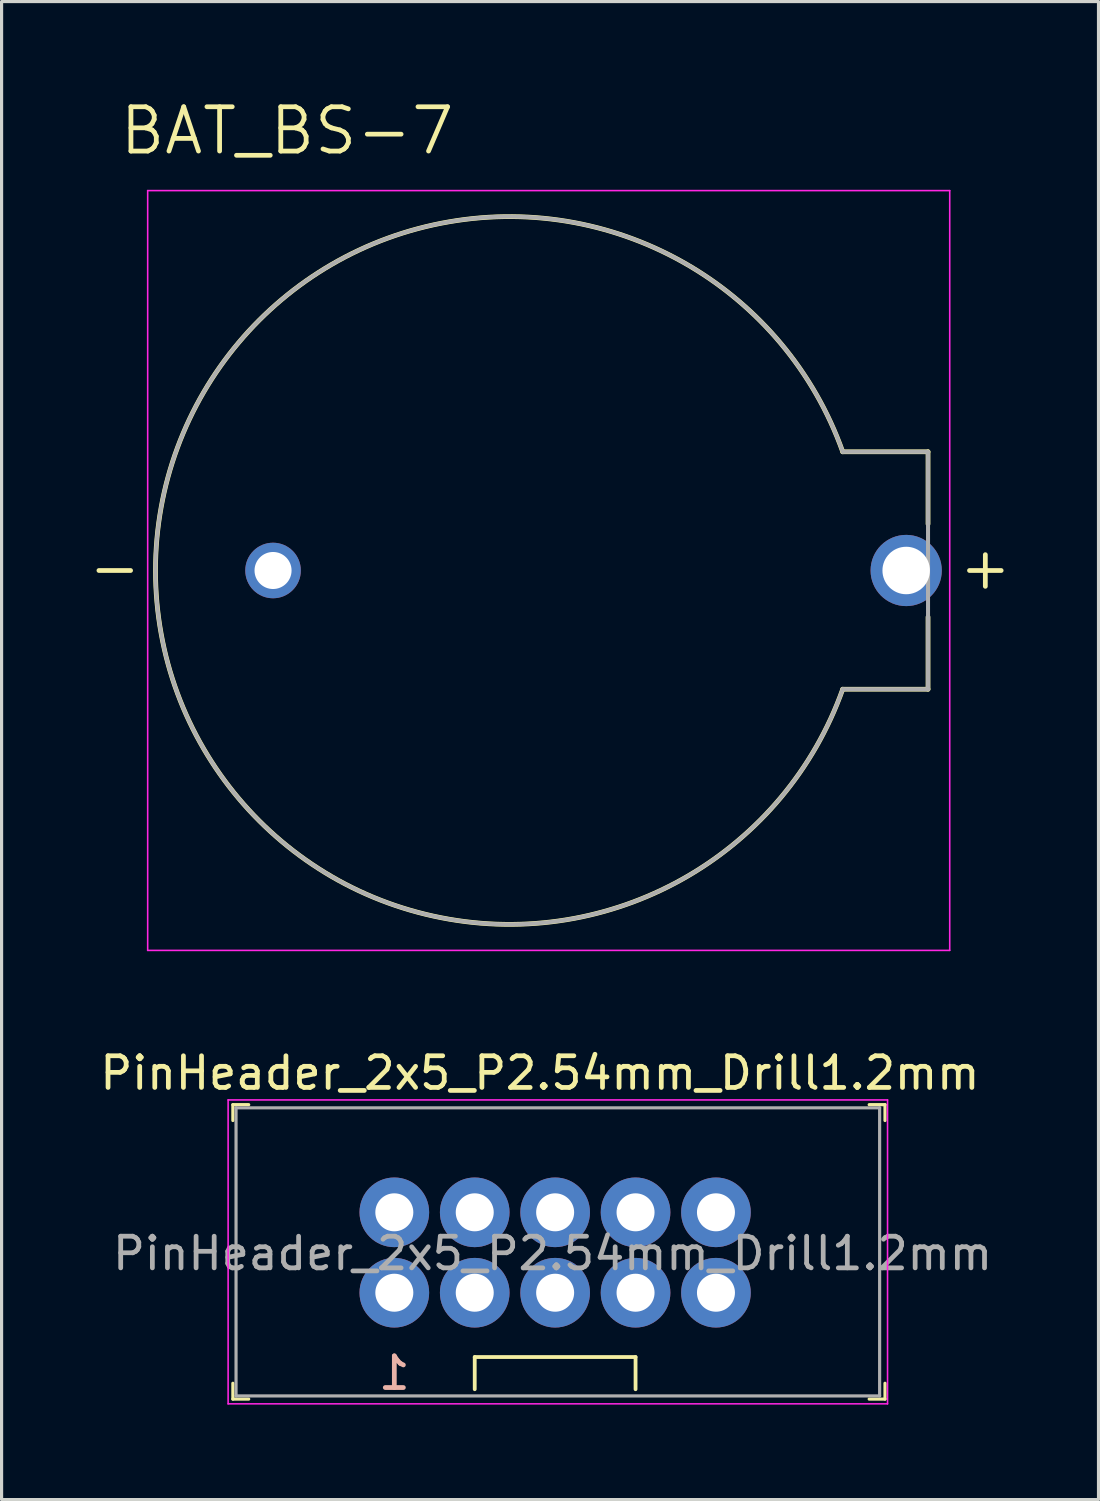
<source format=kicad_pcb>
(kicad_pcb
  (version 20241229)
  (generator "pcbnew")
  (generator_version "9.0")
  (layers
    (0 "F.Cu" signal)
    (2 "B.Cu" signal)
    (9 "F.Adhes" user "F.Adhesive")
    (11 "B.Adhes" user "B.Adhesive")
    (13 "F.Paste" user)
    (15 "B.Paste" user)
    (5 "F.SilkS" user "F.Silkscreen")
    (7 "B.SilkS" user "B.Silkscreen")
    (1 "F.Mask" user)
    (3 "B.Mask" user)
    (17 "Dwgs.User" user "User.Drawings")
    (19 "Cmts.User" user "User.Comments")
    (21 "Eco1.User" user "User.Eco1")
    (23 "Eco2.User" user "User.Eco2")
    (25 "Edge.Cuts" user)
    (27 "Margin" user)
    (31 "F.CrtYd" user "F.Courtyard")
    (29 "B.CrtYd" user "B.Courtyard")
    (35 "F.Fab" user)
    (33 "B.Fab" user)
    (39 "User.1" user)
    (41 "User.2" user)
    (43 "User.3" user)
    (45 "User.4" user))
  (footprint "BAT_BS-7"
    (layer "F.Cu")
    (at 15.575 14.971)
    (property "Reference" "BAT_BS-7" (at -9.555 -13.889 0) (layer "F.SilkS") (effects (font (size 1.4 1.4) (thickness 0.15))))
    (attr through_hole)
    (fp_line (start -15.5 0) (end -14.5 0) (stroke (width 0.15) (type solid)) (layer "F.SilkS"))
    (fp_line (start 10.69 -3.75) (end 7.995 -3.75) (stroke (width 0.15) (type solid)) (layer "F.SilkS"))
    (fp_line (start 10.69 -3.75) (end 10.69 -1.47) (stroke (width 0.15) (type solid)) (layer "F.SilkS"))
    (fp_line (start 10.69 3.75) (end 7.995 3.75) (stroke (width 0.15) (type solid)) (layer "F.SilkS"))
    (fp_line (start 10.69 3.75) (end 10.69 1.47) (stroke (width 0.15) (type solid)) (layer "F.SilkS"))
    (fp_line (start 12 0) (end 13 0) (stroke (width 0.15) (type solid)) (layer "F.SilkS"))
    (fp_line (start 12.5 -0.5) (end 12.5 0.5) (stroke (width 0.15) (type solid)) (layer "F.SilkS"))
    (fp_arc (start 7.995 3.75) (mid -13.712925 -0.00039) (end 7.995262 -3.749265) (stroke (width 0.15) (type solid)) (layer "F.SilkS"))
    (fp_line (start -13.96 -12) (end 11.375 -12) (stroke (width 0.05) (type solid)) (layer "F.CrtYd"))
    (fp_line (start -13.96 12) (end -13.96 -12) (stroke (width 0.05) (type solid)) (layer "F.CrtYd"))
    (fp_line (start 11.375 -12) (end 11.375 12) (stroke (width 0.05) (type solid)) (layer "F.CrtYd"))
    (fp_line (start 11.375 12) (end -13.96 12) (stroke (width 0.05) (type solid)) (layer "F.CrtYd"))
    (fp_line (start 10.69 -3.75) (end 7.995 -3.75) (stroke (width 0.127) (type solid)) (layer "F.Fab"))
    (fp_line (start 10.69 -3.75) (end 10.69 3.75) (stroke (width 0.127) (type solid)) (layer "F.Fab"))
    (fp_line (start 10.69 3.75) (end 7.995 3.75) (stroke (width 0.127) (type solid)) (layer "F.Fab"))
    (fp_arc (start 7.995 3.75) (mid -13.712925 0) (end 7.995 -3.75) (stroke (width 0.127) (type solid)) (layer "F.Fab"))
    (pad "1" thru_hole circle (at 10 0) (size 2.25 2.25) (drill 1.5) (layers "*.Cu" "*.Mask"))
    (pad "2" thru_hole circle (at -10 0) (size 1.755 1.755) (drill 1.17) (layers "*.Cu" "*.Mask")))
  (footprint "PinHeader_2x5_P2.54mm_Drill1.2mm"
    (layer "F.Cu")
    (at 9.406 35.245)
    (property "Reference" "PinHeader_2x5_P2.54mm_Drill1.2mm" (at 4.6 -4.4 0) (layer "F.SilkS") (effects (font (size 1 1) (thickness 0.15))))
    (attr through_hole)
    (fp_line (start -5.1 -3.4) (end -5.1 -2.9) (stroke (width 0.1) (type solid)) (layer "F.SilkS"))
    (fp_line (start -5.1 -3.4) (end -4.6 -3.4) (stroke (width 0.1) (type solid)) (layer "F.SilkS"))
    (fp_line (start -5.1 5.9) (end -5.1 5.4) (stroke (width 0.1) (type solid)) (layer "F.SilkS"))
    (fp_line (start -5.1 5.9) (end -4.6 5.9) (stroke (width 0.1) (type solid)) (layer "F.SilkS"))
    (fp_line (start 2.54 4.572) (end 7.62 4.572) (stroke (width 0.12) (type solid)) (layer "F.SilkS"))
    (fp_line (start 2.54 5.588) (end 2.54 4.572) (stroke (width 0.12) (type solid)) (layer "F.SilkS"))
    (fp_line (start 7.62 4.572) (end 7.62 5.588) (stroke (width 0.12) (type solid)) (layer "F.SilkS"))
    (fp_line (start 15.5 -3.4) (end 15 -3.4) (stroke (width 0.1) (type solid)) (layer "F.SilkS"))
    (fp_line (start 15.5 -3.4) (end 15.5 -2.9) (stroke (width 0.1) (type solid)) (layer "F.SilkS"))
    (fp_line (start 15.5 5.9) (end 15 5.9) (stroke (width 0.1) (type solid)) (layer "F.SilkS"))
    (fp_line (start 15.5 5.9) (end 15.5 5.4) (stroke (width 0.1) (type solid)) (layer "F.SilkS"))
    (fp_line (start -5.25 -3.55) (end -5.25 6.05) (stroke (width 0.05) (type solid)) (layer "F.CrtYd"))
    (fp_line (start 15.58 -3.55) (end -5.25 -3.55) (stroke (width 0.05) (type solid)) (layer "F.CrtYd"))
    (fp_line (start 15.58 -3.55) (end 15.58 6.05) (stroke (width 0.05) (type solid)) (layer "F.CrtYd"))
    (fp_line (start 15.58 6.05) (end -5.25 6.05) (stroke (width 0.05) (type solid)) (layer "F.CrtYd"))
    (fp_line (start -5 -3.3) (end -5 5.8) (stroke (width 0.1) (type solid)) (layer "F.Fab"))
    (fp_line (start -5 -3.3) (end 15.33 -3.3) (stroke (width 0.1) (type solid)) (layer "F.Fab"))
    (fp_line (start -5 5.8) (end 15.33 5.8) (stroke (width 0.1) (type solid)) (layer "F.Fab"))
    (fp_line (start 15.33 -3.3) (end 15.33 5.8) (stroke (width 0.1) (type solid)) (layer "F.Fab"))
    (fp_text user "1" (at 0 5.08 0) (unlocked yes) (layer "B.SilkS") (effects (font (size 1 1) (thickness 0.15)) (justify mirror)))
    (fp_text user "${REFERENCE}" (at 5 1.3 0) (layer "F.Fab") (effects (font (size 1 1) (thickness 0.15))))
    (pad "1" thru_hole circle (at 0 2.54) (size 2.2 2.2) (drill 1.2) (layers "*.Cu" "*.Mask"))
    (pad "2" thru_hole circle (at 0 0) (size 2.2 2.2) (drill 1.2) (layers "*.Cu" "*.Mask"))
    (pad "3" thru_hole circle (at 2.54 2.54) (size 2.2 2.2) (drill 1.2) (layers "*.Cu" "*.Mask"))
    (pad "4" thru_hole circle (at 2.54 0) (size 2.2 2.2) (drill 1.2) (layers "*.Cu" "*.Mask"))
    (pad "5" thru_hole circle (at 5.08 2.54) (size 2.2 2.2) (drill 1.2) (layers "*.Cu" "*.Mask"))
    (pad "6" thru_hole circle (at 5.08 0) (size 2.2 2.2) (drill 1.2) (layers "*.Cu" "*.Mask"))
    (pad "7" thru_hole circle (at 7.62 2.54) (size 2.2 2.2) (drill 1.2) (layers "*.Cu" "*.Mask"))
    (pad "8" thru_hole circle (at 7.62 0) (size 2.2 2.2) (drill 1.2) (layers "*.Cu" "*.Mask"))
    (pad "9" thru_hole circle (at 10.16 2.54) (size 2.2 2.2) (drill 1.2) (layers "*.Cu" "*.Mask"))
    (pad "10" thru_hole circle (at 10.16 0) (size 2.2 2.2) (drill 1.2) (layers "*.Cu" "*.Mask")))
  (gr_rect
    (start -3 -3)
    (end 31.65 44.319)
    (stroke (width 0.1) (type default))
    (fill no)
    (layer "Edge.Cuts")))
</source>
